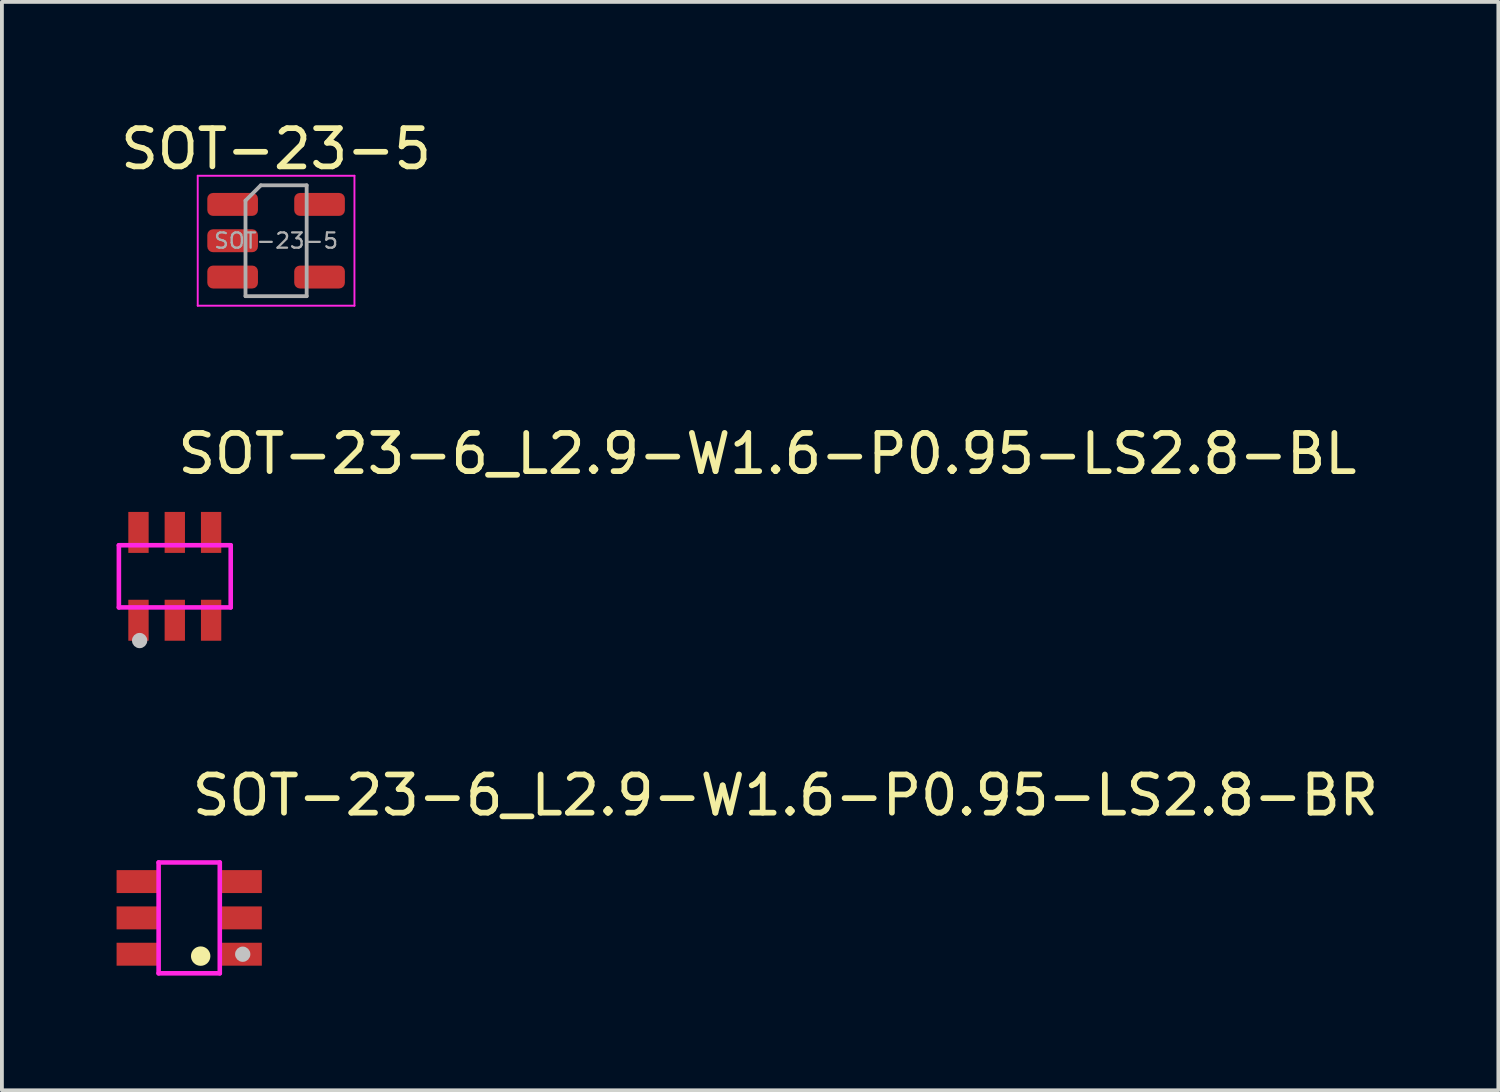
<source format=kicad_pcb>
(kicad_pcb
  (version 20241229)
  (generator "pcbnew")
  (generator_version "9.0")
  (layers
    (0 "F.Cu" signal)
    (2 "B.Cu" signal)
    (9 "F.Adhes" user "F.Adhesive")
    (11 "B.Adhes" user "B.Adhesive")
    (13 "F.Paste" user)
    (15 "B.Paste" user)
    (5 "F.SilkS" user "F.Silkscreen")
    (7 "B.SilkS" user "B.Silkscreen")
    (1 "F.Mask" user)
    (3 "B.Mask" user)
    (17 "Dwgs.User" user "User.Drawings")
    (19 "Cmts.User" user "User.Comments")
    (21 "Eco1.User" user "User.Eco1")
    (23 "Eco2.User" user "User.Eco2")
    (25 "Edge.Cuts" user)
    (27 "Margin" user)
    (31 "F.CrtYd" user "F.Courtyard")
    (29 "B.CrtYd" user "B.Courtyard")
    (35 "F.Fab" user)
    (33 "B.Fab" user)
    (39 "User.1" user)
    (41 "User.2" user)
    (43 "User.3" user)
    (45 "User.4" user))
  (footprint "SOT-23-5"
    (layer "F.Cu")
    (at 4.173 3.248)
    (property "Reference" "SOT-23-5" (at 0 -2.4 0) (layer "F.SilkS") (effects (font (size 1 1) (thickness 0.15))))
    (attr smd)
    (fp_line (start -2.05 -1.7) (end -2.05 1.7) (stroke (width 0.05) (type solid)) (layer "F.CrtYd"))
    (fp_line (start -2.05 1.7) (end 2.05 1.7) (stroke (width 0.05) (type solid)) (layer "F.CrtYd"))
    (fp_line (start 2.05 -1.7) (end -2.05 -1.7) (stroke (width 0.05) (type solid)) (layer "F.CrtYd"))
    (fp_line (start 2.05 1.7) (end 2.05 -1.7) (stroke (width 0.05) (type solid)) (layer "F.CrtYd"))
    (fp_line (start -0.8 -1.05) (end -0.4 -1.45) (stroke (width 0.1) (type solid)) (layer "F.Fab"))
    (fp_line (start -0.8 1.45) (end -0.8 -1.05) (stroke (width 0.1) (type solid)) (layer "F.Fab"))
    (fp_line (start -0.4 -1.45) (end 0.8 -1.45) (stroke (width 0.1) (type solid)) (layer "F.Fab"))
    (fp_line (start 0.8 -1.45) (end 0.8 1.45) (stroke (width 0.1) (type solid)) (layer "F.Fab"))
    (fp_line (start 0.8 1.45) (end -0.8 1.45) (stroke (width 0.1) (type solid)) (layer "F.Fab"))
    (fp_text user "${REFERENCE}" (at 0 0 0) (layer "F.Fab") (effects (font (size 0.4 0.4) (thickness 0.06))))
    (pad "1" smd roundrect (at -1.137 -0.95) (size 1.325 0.6) (layers "F.Cu" "F.Mask" "F.Paste") (roundrect_rratio 0.25))
    (pad "2" smd roundrect (at -1.137 0) (size 1.325 0.6) (layers "F.Cu" "F.Mask" "F.Paste") (roundrect_rratio 0.25))
    (pad "3" smd roundrect (at -1.137 0.95) (size 1.325 0.6) (layers "F.Cu" "F.Mask" "F.Paste") (roundrect_rratio 0.25))
    (pad "4" smd roundrect (at 1.137 0.95) (size 1.325 0.6) (layers "F.Cu" "F.Mask" "F.Paste") (roundrect_rratio 0.25))
    (pad "5" smd roundrect (at 1.137 -0.95) (size 1.325 0.6) (layers "F.Cu" "F.Mask" "F.Paste") (roundrect_rratio 0.25)))
  (footprint "SOT-23-6_L2.9-W1.6-P0.95-LS2.8-BR"
    (layer "F.Cu")
    (at 1.9 20.964)
    (property "Reference" "SOT-23-6_L2.9-W1.6-P0.95-LS2.8-BR" (at 0 -3.207 0) (layer "F.SilkS") (effects (font (size 1 1) (thickness 0.15)) (justify left)))
    (attr through_hole)
    (fp_circle (center 0.3 1) (end 0.427 1) (stroke (width 0.254) (type solid)) (fill no) (layer "F.SilkS"))
    (fp_circle (center 1.4 0.95) (end 1.5 0.95) (stroke (width 0.2) (type solid)) (fill no) (layer "Dwgs.User"))
    (fp_line (start -0.935 -1.165) (end -0.79 -1.165) (stroke (width 0.12) (type solid)) (layer "Eco2.User"))
    (fp_line (start -0.935 -0.735) (end -0.935 -1.165) (stroke (width 0.12) (type solid)) (layer "Eco2.User"))
    (fp_line (start -0.935 -0.215) (end -0.79 -0.215) (stroke (width 0.12) (type solid)) (layer "Eco2.User"))
    (fp_line (start -0.935 0.215) (end -0.935 -0.215) (stroke (width 0.12) (type solid)) (layer "Eco2.User"))
    (fp_line (start -0.935 0.735) (end -0.79 0.735) (stroke (width 0.12) (type solid)) (layer "Eco2.User"))
    (fp_line (start -0.935 1.165) (end -0.935 0.735) (stroke (width 0.12) (type solid)) (layer "Eco2.User"))
    (fp_line (start -0.79 -1.165) (end -0.79 -0.735) (stroke (width 0.12) (type solid)) (layer "Eco2.User"))
    (fp_line (start -0.79 -0.735) (end -0.935 -0.735) (stroke (width 0.12) (type solid)) (layer "Eco2.User"))
    (fp_line (start -0.79 -0.215) (end -0.79 0.215) (stroke (width 0.12) (type solid)) (layer "Eco2.User"))
    (fp_line (start -0.79 0.215) (end -0.935 0.215) (stroke (width 0.12) (type solid)) (layer "Eco2.User"))
    (fp_line (start -0.79 0.735) (end -0.79 1.165) (stroke (width 0.12) (type solid)) (layer "Eco2.User"))
    (fp_line (start -0.79 1.165) (end -0.935 1.165) (stroke (width 0.12) (type solid)) (layer "Eco2.User"))
    (fp_line (start 0.79 -1.165) (end 0.935 -1.165) (stroke (width 0.12) (type solid)) (layer "Eco2.User"))
    (fp_line (start 0.79 -0.735) (end 0.79 -1.165) (stroke (width 0.12) (type solid)) (layer "Eco2.User"))
    (fp_line (start 0.79 -0.215) (end 0.935 -0.215) (stroke (width 0.12) (type solid)) (layer "Eco2.User"))
    (fp_line (start 0.79 0.215) (end 0.79 -0.215) (stroke (width 0.12) (type solid)) (layer "Eco2.User"))
    (fp_line (start 0.79 0.735) (end 0.935 0.735) (stroke (width 0.12) (type solid)) (layer "Eco2.User"))
    (fp_line (start 0.79 1.165) (end 0.79 0.735) (stroke (width 0.12) (type solid)) (layer "Eco2.User"))
    (fp_line (start 0.935 -1.165) (end 0.935 -0.735) (stroke (width 0.12) (type solid)) (layer "Eco2.User"))
    (fp_line (start 0.935 -0.735) (end 0.79 -0.735) (stroke (width 0.12) (type solid)) (layer "Eco2.User"))
    (fp_line (start 0.935 -0.215) (end 0.935 0.215) (stroke (width 0.12) (type solid)) (layer "Eco2.User"))
    (fp_line (start 0.935 0.215) (end 0.79 0.215) (stroke (width 0.12) (type solid)) (layer "Eco2.User"))
    (fp_line (start 0.935 0.735) (end 0.935 1.165) (stroke (width 0.12) (type solid)) (layer "Eco2.User"))
    (fp_line (start 0.935 1.165) (end 0.79 1.165) (stroke (width 0.12) (type solid)) (layer "Eco2.User"))
    (fp_circle (center 1.4 1.45) (end 1.43 1.45) (stroke (width 0.06) (type solid)) (fill no) (layer "Eco2.User"))
    (fp_poly (pts (xy -0.925 -0.735) (xy -0.925 -1.165) (xy -1.4 -1.165) (xy -1.4 -0.735)) (stroke (width 0.12) (type solid)) (fill no) (layer "Eco2.User"))
    (fp_poly (pts (xy -0.925 0.215) (xy -0.925 -0.215) (xy -1.4 -0.215) (xy -1.4 0.215)) (stroke (width 0.12) (type solid)) (fill no) (layer "Eco2.User"))
    (fp_poly (pts (xy -0.925 1.165) (xy -0.925 0.735) (xy -1.4 0.735) (xy -1.4 1.165)) (stroke (width 0.12) (type solid)) (fill no) (layer "Eco2.User"))
    (fp_poly (pts (xy 0.925 -0.735) (xy 0.925 -1.165) (xy 1.4 -1.165) (xy 1.4 -0.735)) (stroke (width 0.12) (type solid)) (fill no) (layer "Eco2.User"))
    (fp_poly (pts (xy 0.925 0.215) (xy 0.925 -0.215) (xy 1.4 -0.215) (xy 1.4 0.215)) (stroke (width 0.12) (type solid)) (fill no) (layer "Eco2.User"))
    (fp_poly (pts (xy 0.925 1.165) (xy 0.925 0.735) (xy 1.4 0.735) (xy 1.4 1.165)) (stroke (width 0.12) (type solid)) (fill no) (layer "Eco2.User"))
    (fp_line (start -0.8 -1.45) (end 0.8 -1.45) (stroke (width 0.12) (type solid)) (layer "F.CrtYd"))
    (fp_line (start -0.8 1.45) (end -0.8 -1.45) (stroke (width 0.12) (type solid)) (layer "F.CrtYd"))
    (fp_line (start 0.8 -1.45) (end 0.8 1.45) (stroke (width 0.12) (type solid)) (layer "F.CrtYd"))
    (fp_line (start 0.8 1.45) (end -0.8 1.45) (stroke (width 0.12) (type solid)) (layer "F.CrtYd"))
    (pad "1" smd rect (at 1.35 0.95) (size 1.1 0.6) (layers "F.Cu" "F.Mask" "F.Paste"))
    (pad "2" smd rect (at 1.35 0) (size 1.1 0.6) (layers "F.Cu" "F.Mask" "F.Paste"))
    (pad "3" smd rect (at 1.35 -0.95) (size 1.1 0.6) (layers "F.Cu" "F.Mask" "F.Paste"))
    (pad "4" smd rect (at -1.35 -0.95) (size 1.1 0.6) (layers "F.Cu" "F.Mask" "F.Paste"))
    (pad "5" smd rect (at -1.35 0) (size 1.1 0.6) (layers "F.Cu" "F.Mask" "F.Paste"))
    (pad "6" smd rect (at -1.35 0.95) (size 1.1 0.6) (layers "F.Cu" "F.Mask" "F.Paste")))
  (footprint "SOT-23-6_L2.9-W1.6-P0.95-LS2.8-BL"
    (layer "F.Cu")
    (at 1.523 12.028)
    (property "Reference" "SOT-23-6_L2.9-W1.6-P0.95-LS2.8-BL" (at 0 -3.207 0) (layer "F.SilkS") (effects (font (size 1 1) (thickness 0.15)) (justify left)))
    (attr through_hole)
    (fp_circle (center -0.92 1.68) (end -0.82 1.68) (stroke (width 0.2) (type solid)) (fill no) (layer "Dwgs.User"))
    (fp_line (start -1.165 -0.935) (end -0.735 -0.935) (stroke (width 0.12) (type solid)) (layer "Eco2.User"))
    (fp_line (start -1.165 -0.803) (end -1.165 -0.935) (stroke (width 0.12) (type solid)) (layer "Eco2.User"))
    (fp_line (start -1.165 0.803) (end -0.735 0.803) (stroke (width 0.12) (type solid)) (layer "Eco2.User"))
    (fp_line (start -1.165 0.935) (end -1.165 0.803) (stroke (width 0.12) (type solid)) (layer "Eco2.User"))
    (fp_line (start -0.735 -0.935) (end -0.735 -0.803) (stroke (width 0.12) (type solid)) (layer "Eco2.User"))
    (fp_line (start -0.735 -0.803) (end -1.165 -0.803) (stroke (width 0.12) (type solid)) (layer "Eco2.User"))
    (fp_line (start -0.735 0.803) (end -0.735 0.935) (stroke (width 0.12) (type solid)) (layer "Eco2.User"))
    (fp_line (start -0.735 0.935) (end -1.165 0.935) (stroke (width 0.12) (type solid)) (layer "Eco2.User"))
    (fp_line (start -0.215 -0.935) (end 0.215 -0.935) (stroke (width 0.12) (type solid)) (layer "Eco2.User"))
    (fp_line (start -0.215 -0.803) (end -0.215 -0.935) (stroke (width 0.12) (type solid)) (layer "Eco2.User"))
    (fp_line (start -0.215 0.803) (end 0.215 0.803) (stroke (width 0.12) (type solid)) (layer "Eco2.User"))
    (fp_line (start -0.215 0.935) (end -0.215 0.803) (stroke (width 0.12) (type solid)) (layer "Eco2.User"))
    (fp_line (start 0.215 -0.935) (end 0.215 -0.803) (stroke (width 0.12) (type solid)) (layer "Eco2.User"))
    (fp_line (start 0.215 -0.803) (end -0.215 -0.803) (stroke (width 0.12) (type solid)) (layer "Eco2.User"))
    (fp_line (start 0.215 0.803) (end 0.215 0.935) (stroke (width 0.12) (type solid)) (layer "Eco2.User"))
    (fp_line (start 0.215 0.935) (end -0.215 0.935) (stroke (width 0.12) (type solid)) (layer "Eco2.User"))
    (fp_line (start 0.735 -0.935) (end 1.165 -0.935) (stroke (width 0.12) (type solid)) (layer "Eco2.User"))
    (fp_line (start 0.735 -0.803) (end 0.735 -0.935) (stroke (width 0.12) (type solid)) (layer "Eco2.User"))
    (fp_line (start 0.735 0.803) (end 1.165 0.803) (stroke (width 0.12) (type solid)) (layer "Eco2.User"))
    (fp_line (start 0.735 0.935) (end 0.735 0.803) (stroke (width 0.12) (type solid)) (layer "Eco2.User"))
    (fp_line (start 1.165 -0.935) (end 1.165 -0.803) (stroke (width 0.12) (type solid)) (layer "Eco2.User"))
    (fp_line (start 1.165 -0.803) (end 0.735 -0.803) (stroke (width 0.12) (type solid)) (layer "Eco2.User"))
    (fp_line (start 1.165 0.803) (end 1.165 0.935) (stroke (width 0.12) (type solid)) (layer "Eco2.User"))
    (fp_line (start 1.165 0.935) (end 0.735 0.935) (stroke (width 0.12) (type solid)) (layer "Eco2.User"))
    (fp_circle (center -1.2 0.3) (end -1.17 0.3) (stroke (width 0.06) (type solid)) (fill no) (layer "Eco2.User"))
    (fp_poly (pts (xy -1.165 -0.925) (xy -0.735 -0.925) (xy -0.735 -1.4) (xy -1.165 -1.4)) (stroke (width 0.12) (type solid)) (fill no) (layer "Eco2.User"))
    (fp_poly (pts (xy -1.165 0.925) (xy -0.735 0.925) (xy -0.735 1.4) (xy -1.165 1.4)) (stroke (width 0.12) (type solid)) (fill no) (layer "Eco2.User"))
    (fp_poly (pts (xy -0.215 -0.925) (xy 0.215 -0.925) (xy 0.215 -1.4) (xy -0.215 -1.4)) (stroke (width 0.12) (type solid)) (fill no) (layer "Eco2.User"))
    (fp_poly (pts (xy -0.215 0.925) (xy 0.215 0.925) (xy 0.215 1.4) (xy -0.215 1.4)) (stroke (width 0.12) (type solid)) (fill no) (layer "Eco2.User"))
    (fp_poly (pts (xy 0.735 -0.925) (xy 1.165 -0.925) (xy 1.165 -1.4) (xy 0.735 -1.4)) (stroke (width 0.12) (type solid)) (fill no) (layer "Eco2.User"))
    (fp_poly (pts (xy 0.735 0.925) (xy 1.165 0.925) (xy 1.165 1.4) (xy 0.735 1.4)) (stroke (width 0.12) (type solid)) (fill no) (layer "Eco2.User"))
    (fp_line (start -1.463 -0.813) (end 1.463 -0.813) (stroke (width 0.12) (type solid)) (layer "F.CrtYd"))
    (fp_line (start -1.463 0.813) (end -1.463 -0.813) (stroke (width 0.12) (type solid)) (layer "F.CrtYd"))
    (fp_line (start 1.463 -0.813) (end 1.463 0.813) (stroke (width 0.12) (type solid)) (layer "F.CrtYd"))
    (fp_line (start 1.463 0.813) (end -1.463 0.813) (stroke (width 0.12) (type solid)) (layer "F.CrtYd"))
    (pad "1" smd rect (at -0.95 1.149) (size 0.532 1.072) (layers "F.Cu" "F.Mask" "F.Paste"))
    (pad "2" smd rect (at 0 1.149) (size 0.532 1.072) (layers "F.Cu" "F.Mask" "F.Paste"))
    (pad "3" smd rect (at 0.95 1.149) (size 0.532 1.072) (layers "F.Cu" "F.Mask" "F.Paste"))
    (pad "4" smd rect (at 0.95 -1.149) (size 0.532 1.072) (layers "F.Cu" "F.Mask" "F.Paste"))
    (pad "5" smd rect (at 0 -1.149) (size 0.532 1.072) (layers "F.Cu" "F.Mask" "F.Paste"))
    (pad "6" smd rect (at -0.95 -1.149) (size 0.532 1.072) (layers "F.Cu" "F.Mask" "F.Paste")))
  (gr_rect
    (start -3 -3)
    (end 36.15 25.474)
    (stroke (width 0.1) (type default))
    (fill no)
    (layer "Edge.Cuts")))
</source>
